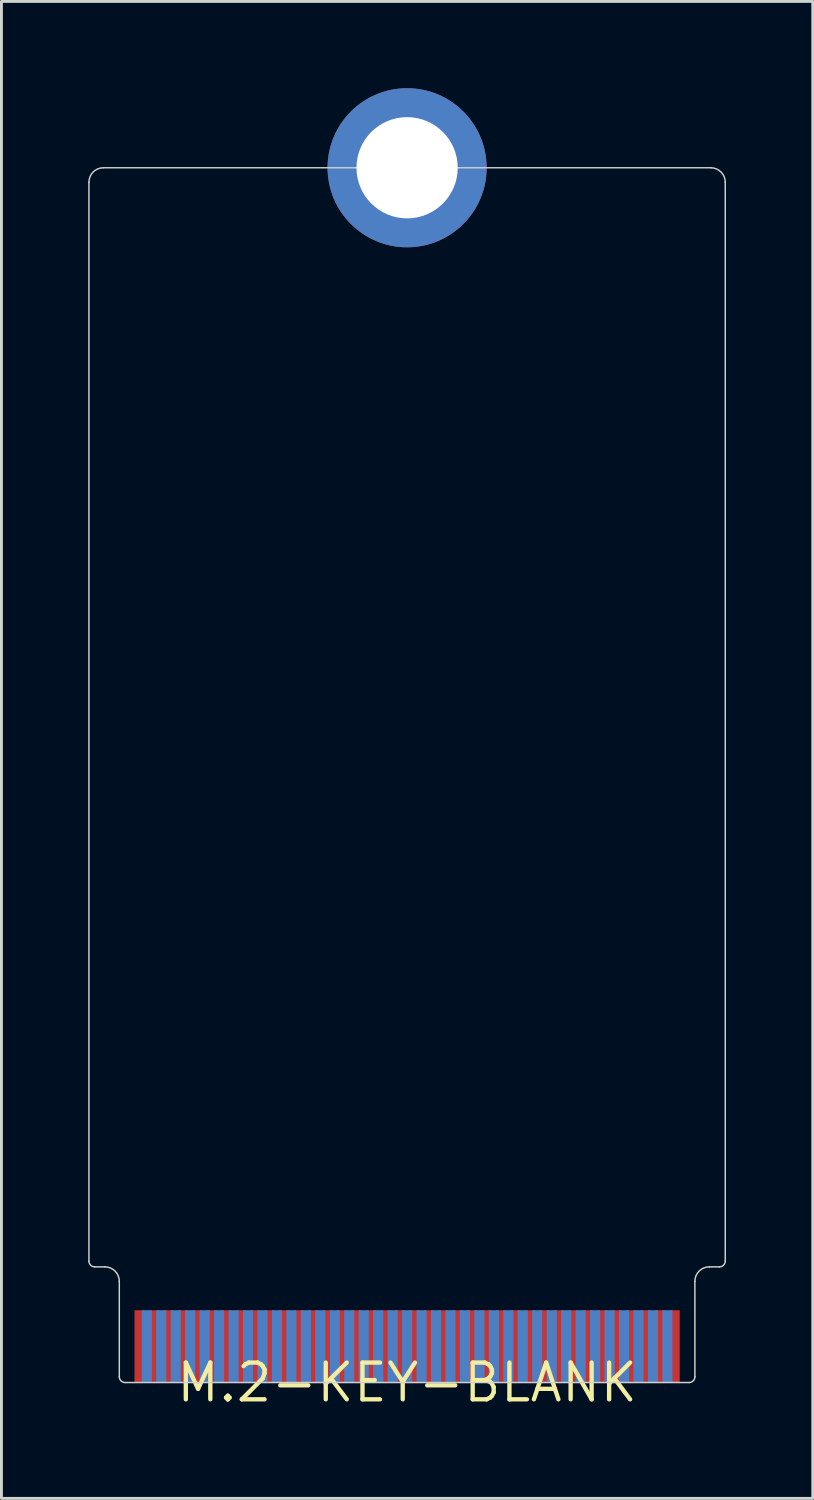
<source format=kicad_pcb>
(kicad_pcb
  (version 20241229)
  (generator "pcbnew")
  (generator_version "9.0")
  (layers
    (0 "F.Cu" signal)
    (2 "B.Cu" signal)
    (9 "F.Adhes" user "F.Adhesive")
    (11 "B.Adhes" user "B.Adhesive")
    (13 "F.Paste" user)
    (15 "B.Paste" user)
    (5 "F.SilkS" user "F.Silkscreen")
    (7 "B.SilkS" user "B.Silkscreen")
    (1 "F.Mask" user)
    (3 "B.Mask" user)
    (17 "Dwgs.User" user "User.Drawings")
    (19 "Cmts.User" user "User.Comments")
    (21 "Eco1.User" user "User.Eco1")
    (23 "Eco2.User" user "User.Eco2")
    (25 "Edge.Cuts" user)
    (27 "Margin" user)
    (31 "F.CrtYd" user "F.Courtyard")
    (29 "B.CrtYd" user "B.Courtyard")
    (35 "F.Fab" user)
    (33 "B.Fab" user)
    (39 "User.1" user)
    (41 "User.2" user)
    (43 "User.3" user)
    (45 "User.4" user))
  (footprint "M.2-KEY-BLANK"
    (layer "F.Cu")
    (at 11.025 44.75)
    (property "Reference" "M.2-KEY-BLANK" (at 0 0 0) (layer "F.SilkS") (effects (font (size 1.27 1.27) (thickness 0.15))))
    (attr through_hole)
    (fp_line (start -11 -41.5) (end -11 -4.2) (stroke (width 0.05) (type solid)) (layer "Edge.Cuts"))
    (fp_line (start -10.8 -4) (end -10.45 -4) (stroke (width 0.05) (type solid)) (layer "Edge.Cuts"))
    (fp_line (start -9.95 -3.5) (end -9.95 -0.2) (stroke (width 0.05) (type solid)) (layer "Edge.Cuts"))
    (fp_line (start -9.75 0) (end 9.75 0) (stroke (width 0.05) (type solid)) (layer "Edge.Cuts"))
    (fp_line (start 9.95 -0.2) (end 9.95 -3.5) (stroke (width 0.05) (type solid)) (layer "Edge.Cuts"))
    (fp_line (start 10.45 -4) (end 10.8 -4) (stroke (width 0.05) (type solid)) (layer "Edge.Cuts"))
    (fp_line (start 10.5 -42) (end -10.5 -42) (stroke (width 0.05) (type solid)) (layer "Edge.Cuts"))
    (fp_line (start 11 -4.2) (end 11 -41.5) (stroke (width 0.05) (type solid)) (layer "Edge.Cuts"))
    (fp_arc (start -11 -41.5) (mid -10.853553 -41.853553) (end -10.5 -42) (stroke (width 0.05) (type solid)) (layer "Edge.Cuts"))
    (fp_arc (start -10.8 -4) (mid -10.941421 -4.058579) (end -11 -4.2) (stroke (width 0.05) (type solid)) (layer "Edge.Cuts"))
    (fp_arc (start -10.45 -4) (mid -10.096447 -3.853553) (end -9.95 -3.5) (stroke (width 0.05) (type solid)) (layer "Edge.Cuts"))
    (fp_arc (start -9.75 0) (mid -9.891421 -0.058579) (end -9.95 -0.2) (stroke (width 0.05) (type solid)) (layer "Edge.Cuts"))
    (fp_arc (start 9.95 -3.5) (mid 10.096447 -3.853553) (end 10.45 -4) (stroke (width 0.05) (type solid)) (layer "Edge.Cuts"))
    (fp_arc (start 9.95 -0.2) (mid 9.891421 -0.058579) (end 9.75 0) (stroke (width 0.05) (type solid)) (layer "Edge.Cuts"))
    (fp_arc (start 10.5 -42) (mid 10.853553 -41.853553) (end 11 -41.5) (stroke (width 0.05) (type solid)) (layer "Edge.Cuts"))
    (fp_arc (start 11 -4.2) (mid 10.941421 -4.058579) (end 10.8 -4) (stroke (width 0.05) (type solid)) (layer "Edge.Cuts"))
    (pad "MOUNTING-HOLE" thru_hole circle (at 0 -42) (size 5.5 5.5) (drill 3.5) (layers "*.Cu" "*.Mask"))
    (pad "P$1" smd rect (at 9.25 -1.25) (size 0.35 2.5) (layers "F.Cu" "F.Mask" "F.Paste"))
    (pad "P$2" smd rect (at 9 -1.25) (size 0.35 2.5) (layers "B.Cu" "B.Mask" "B.Paste"))
    (pad "P$3" smd rect (at 8.75 -1.25) (size 0.35 2.5) (layers "F.Cu" "F.Mask" "F.Paste"))
    (pad "P$4" smd rect (at 8.5 -1.25) (size 0.35 2.5) (layers "B.Cu" "B.Mask" "B.Paste"))
    (pad "P$5" smd rect (at 8.25 -1.25) (size 0.35 2.5) (layers "F.Cu" "F.Mask" "F.Paste"))
    (pad "P$6" smd rect (at 8 -1.25) (size 0.35 2.5) (layers "B.Cu" "B.Mask" "B.Paste"))
    (pad "P$7" smd rect (at 7.75 -1.25) (size 0.35 2.5) (layers "F.Cu" "F.Mask" "F.Paste"))
    (pad "P$8" smd rect (at 7.5 -1.25) (size 0.35 2.5) (layers "B.Cu" "B.Mask" "B.Paste"))
    (pad "P$9" smd rect (at 7.25 -1.25) (size 0.35 2.5) (layers "F.Cu" "F.Mask" "F.Paste"))
    (pad "P$10" smd rect (at 7 -1.25) (size 0.35 2.5) (layers "B.Cu" "B.Mask" "B.Paste"))
    (pad "P$11" smd rect (at 6.75 -1.25) (size 0.35 2.5) (layers "F.Cu" "F.Mask" "F.Paste"))
    (pad "P$12" smd rect (at 6.5 -1.25) (size 0.35 2.5) (layers "B.Cu" "B.Mask" "B.Paste"))
    (pad "P$13" smd rect (at 6.25 -1.25) (size 0.35 2.5) (layers "F.Cu" "F.Mask" "F.Paste"))
    (pad "P$14" smd rect (at 6 -1.25) (size 0.35 2.5) (layers "B.Cu" "B.Mask" "B.Paste"))
    (pad "P$15" smd rect (at 5.75 -1.25) (size 0.35 2.5) (layers "F.Cu" "F.Mask" "F.Paste"))
    (pad "P$16" smd rect (at 5.5 -1.25) (size 0.35 2.5) (layers "B.Cu" "B.Mask" "B.Paste"))
    (pad "P$17" smd rect (at 5.25 -1.25) (size 0.35 2.5) (layers "F.Cu" "F.Mask" "F.Paste"))
    (pad "P$18" smd rect (at 5 -1.25) (size 0.35 2.5) (layers "B.Cu" "B.Mask" "B.Paste"))
    (pad "P$19" smd rect (at 4.75 -1.25) (size 0.35 2.5) (layers "F.Cu" "F.Mask" "F.Paste"))
    (pad "P$20" smd rect (at 4.5 -1.25) (size 0.35 2.5) (layers "B.Cu" "B.Mask" "B.Paste"))
    (pad "P$21" smd rect (at 4.25 -1.25) (size 0.35 2.5) (layers "F.Cu" "F.Mask" "F.Paste"))
    (pad "P$22" smd rect (at 4 -1.25) (size 0.35 2.5) (layers "B.Cu" "B.Mask" "B.Paste"))
    (pad "P$23" smd rect (at 3.75 -1.25) (size 0.35 2.5) (layers "F.Cu" "F.Mask" "F.Paste"))
    (pad "P$24" smd rect (at 3.5 -1.25) (size 0.35 2.5) (layers "B.Cu" "B.Mask" "B.Paste"))
    (pad "P$25" smd rect (at 3.25 -1.25) (size 0.35 2.5) (layers "F.Cu" "F.Mask" "F.Paste"))
    (pad "P$26" smd rect (at 3 -1.25) (size 0.35 2.5) (layers "B.Cu" "B.Mask" "B.Paste"))
    (pad "P$27" smd rect (at 2.75 -1.25) (size 0.35 2.5) (layers "F.Cu" "F.Mask" "F.Paste"))
    (pad "P$28" smd rect (at 2.5 -1.25) (size 0.35 2.5) (layers "B.Cu" "B.Mask" "B.Paste"))
    (pad "P$29" smd rect (at 2.25 -1.25) (size 0.35 2.5) (layers "F.Cu" "F.Mask" "F.Paste"))
    (pad "P$30" smd rect (at 2 -1.25) (size 0.35 2.5) (layers "B.Cu" "B.Mask" "B.Paste"))
    (pad "P$31" smd rect (at 1.75 -1.25) (size 0.35 2.5) (layers "F.Cu" "F.Mask" "F.Paste"))
    (pad "P$32" smd rect (at 1.5 -1.25) (size 0.35 2.5) (layers "B.Cu" "B.Mask" "B.Paste"))
    (pad "P$33" smd rect (at 1.25 -1.25) (size 0.35 2.5) (layers "F.Cu" "F.Mask" "F.Paste"))
    (pad "P$34" smd rect (at 1 -1.25) (size 0.35 2.5) (layers "B.Cu" "B.Mask" "B.Paste"))
    (pad "P$35" smd rect (at 0.75 -1.25) (size 0.35 2.5) (layers "F.Cu" "F.Mask" "F.Paste"))
    (pad "P$36" smd rect (at 0.5 -1.25) (size 0.35 2.5) (layers "B.Cu" "B.Mask" "B.Paste"))
    (pad "P$37" smd rect (at 0.25 -1.25) (size 0.35 2.5) (layers "F.Cu" "F.Mask" "F.Paste"))
    (pad "P$38" smd rect (at 0 -1.25) (size 0.35 2.5) (layers "B.Cu" "B.Mask" "B.Paste"))
    (pad "P$39" smd rect (at -0.25 -1.25) (size 0.35 2.5) (layers "F.Cu" "F.Mask" "F.Paste"))
    (pad "P$40" smd rect (at -0.5 -1.25) (size 0.35 2.5) (layers "B.Cu" "B.Mask" "B.Paste"))
    (pad "P$41" smd rect (at -0.75 -1.25) (size 0.35 2.5) (layers "F.Cu" "F.Mask" "F.Paste"))
    (pad "P$42" smd rect (at -1 -1.25) (size 0.35 2.5) (layers "B.Cu" "B.Mask" "B.Paste"))
    (pad "P$43" smd rect (at -1.25 -1.25) (size 0.35 2.5) (layers "F.Cu" "F.Mask" "F.Paste"))
    (pad "P$44" smd rect (at -1.5 -1.25) (size 0.35 2.5) (layers "B.Cu" "B.Mask" "B.Paste"))
    (pad "P$45" smd rect (at -1.75 -1.25) (size 0.35 2.5) (layers "F.Cu" "F.Mask" "F.Paste"))
    (pad "P$46" smd rect (at -2 -1.25) (size 0.35 2.5) (layers "B.Cu" "B.Mask" "B.Paste"))
    (pad "P$47" smd rect (at -2.25 -1.25) (size 0.35 2.5) (layers "F.Cu" "F.Mask" "F.Paste"))
    (pad "P$48" smd rect (at -2.5 -1.25) (size 0.35 2.5) (layers "B.Cu" "B.Mask" "B.Paste"))
    (pad "P$49" smd rect (at -2.75 -1.25) (size 0.35 2.5) (layers "F.Cu" "F.Mask" "F.Paste"))
    (pad "P$50" smd rect (at -3 -1.25) (size 0.35 2.5) (layers "B.Cu" "B.Mask" "B.Paste"))
    (pad "P$51" smd rect (at -3.25 -1.25) (size 0.35 2.5) (layers "F.Cu" "F.Mask" "F.Paste"))
    (pad "P$52" smd rect (at -3.5 -1.25) (size 0.35 2.5) (layers "B.Cu" "B.Mask" "B.Paste"))
    (pad "P$53" smd rect (at -3.75 -1.25) (size 0.35 2.5) (layers "F.Cu" "F.Mask" "F.Paste"))
    (pad "P$54" smd rect (at -4 -1.25) (size 0.35 2.5) (layers "B.Cu" "B.Mask" "B.Paste"))
    (pad "P$55" smd rect (at -4.25 -1.25) (size 0.35 2.5) (layers "F.Cu" "F.Mask" "F.Paste"))
    (pad "P$56" smd rect (at -4.5 -1.25) (size 0.35 2.5) (layers "B.Cu" "B.Mask" "B.Paste"))
    (pad "P$57" smd rect (at -4.75 -1.25) (size 0.35 2.5) (layers "F.Cu" "F.Mask" "F.Paste"))
    (pad "P$58" smd rect (at -5 -1.25) (size 0.35 2.5) (layers "B.Cu" "B.Mask" "B.Paste"))
    (pad "P$59" smd rect (at -5.25 -1.25) (size 0.35 2.5) (layers "F.Cu" "F.Mask" "F.Paste"))
    (pad "P$60" smd rect (at -5.5 -1.25) (size 0.35 2.5) (layers "B.Cu" "B.Mask" "B.Paste"))
    (pad "P$61" smd rect (at -5.75 -1.25) (size 0.35 2.5) (layers "F.Cu" "F.Mask" "F.Paste"))
    (pad "P$62" smd rect (at -6 -1.25) (size 0.35 2.5) (layers "B.Cu" "B.Mask" "B.Paste"))
    (pad "P$63" smd rect (at -6.25 -1.25) (size 0.35 2.5) (layers "F.Cu" "F.Mask" "F.Paste"))
    (pad "P$64" smd rect (at -6.5 -1.25) (size 0.35 2.5) (layers "B.Cu" "B.Mask" "B.Paste"))
    (pad "P$65" smd rect (at -6.75 -1.25) (size 0.35 2.5) (layers "F.Cu" "F.Mask" "F.Paste"))
    (pad "P$66" smd rect (at -7 -1.25) (size 0.35 2.5) (layers "B.Cu" "B.Mask" "B.Paste"))
    (pad "P$67" smd rect (at -7.25 -1.25) (size 0.35 2.5) (layers "F.Cu" "F.Mask" "F.Paste"))
    (pad "P$68" smd rect (at -7.5 -1.25) (size 0.35 2.5) (layers "B.Cu" "B.Mask" "B.Paste"))
    (pad "P$69" smd rect (at -7.75 -1.25) (size 0.35 2.5) (layers "F.Cu" "F.Mask" "F.Paste"))
    (pad "P$70" smd rect (at -8 -1.25) (size 0.35 2.5) (layers "B.Cu" "B.Mask" "B.Paste"))
    (pad "P$71" smd rect (at -8.25 -1.25) (size 0.35 2.5) (layers "F.Cu" "F.Mask" "F.Paste"))
    (pad "P$72" smd rect (at -8.5 -1.25) (size 0.35 2.5) (layers "B.Cu" "B.Mask" "B.Paste"))
    (pad "P$73" smd rect (at -8.75 -1.25) (size 0.35 2.5) (layers "F.Cu" "F.Mask" "F.Paste"))
    (pad "P$74" smd rect (at -9 -1.25) (size 0.35 2.5) (layers "B.Cu" "B.Mask" "B.Paste"))
    (pad "P$75" smd rect (at -9.25 -1.25) (size 0.35 2.5) (layers "F.Cu" "F.Mask" "F.Paste")))
  (gr_rect
    (start -3 -3)
    (end 25.05 48.756)
    (stroke (width 0.1) (type default))
    (fill no)
    (layer "Edge.Cuts")))
</source>
